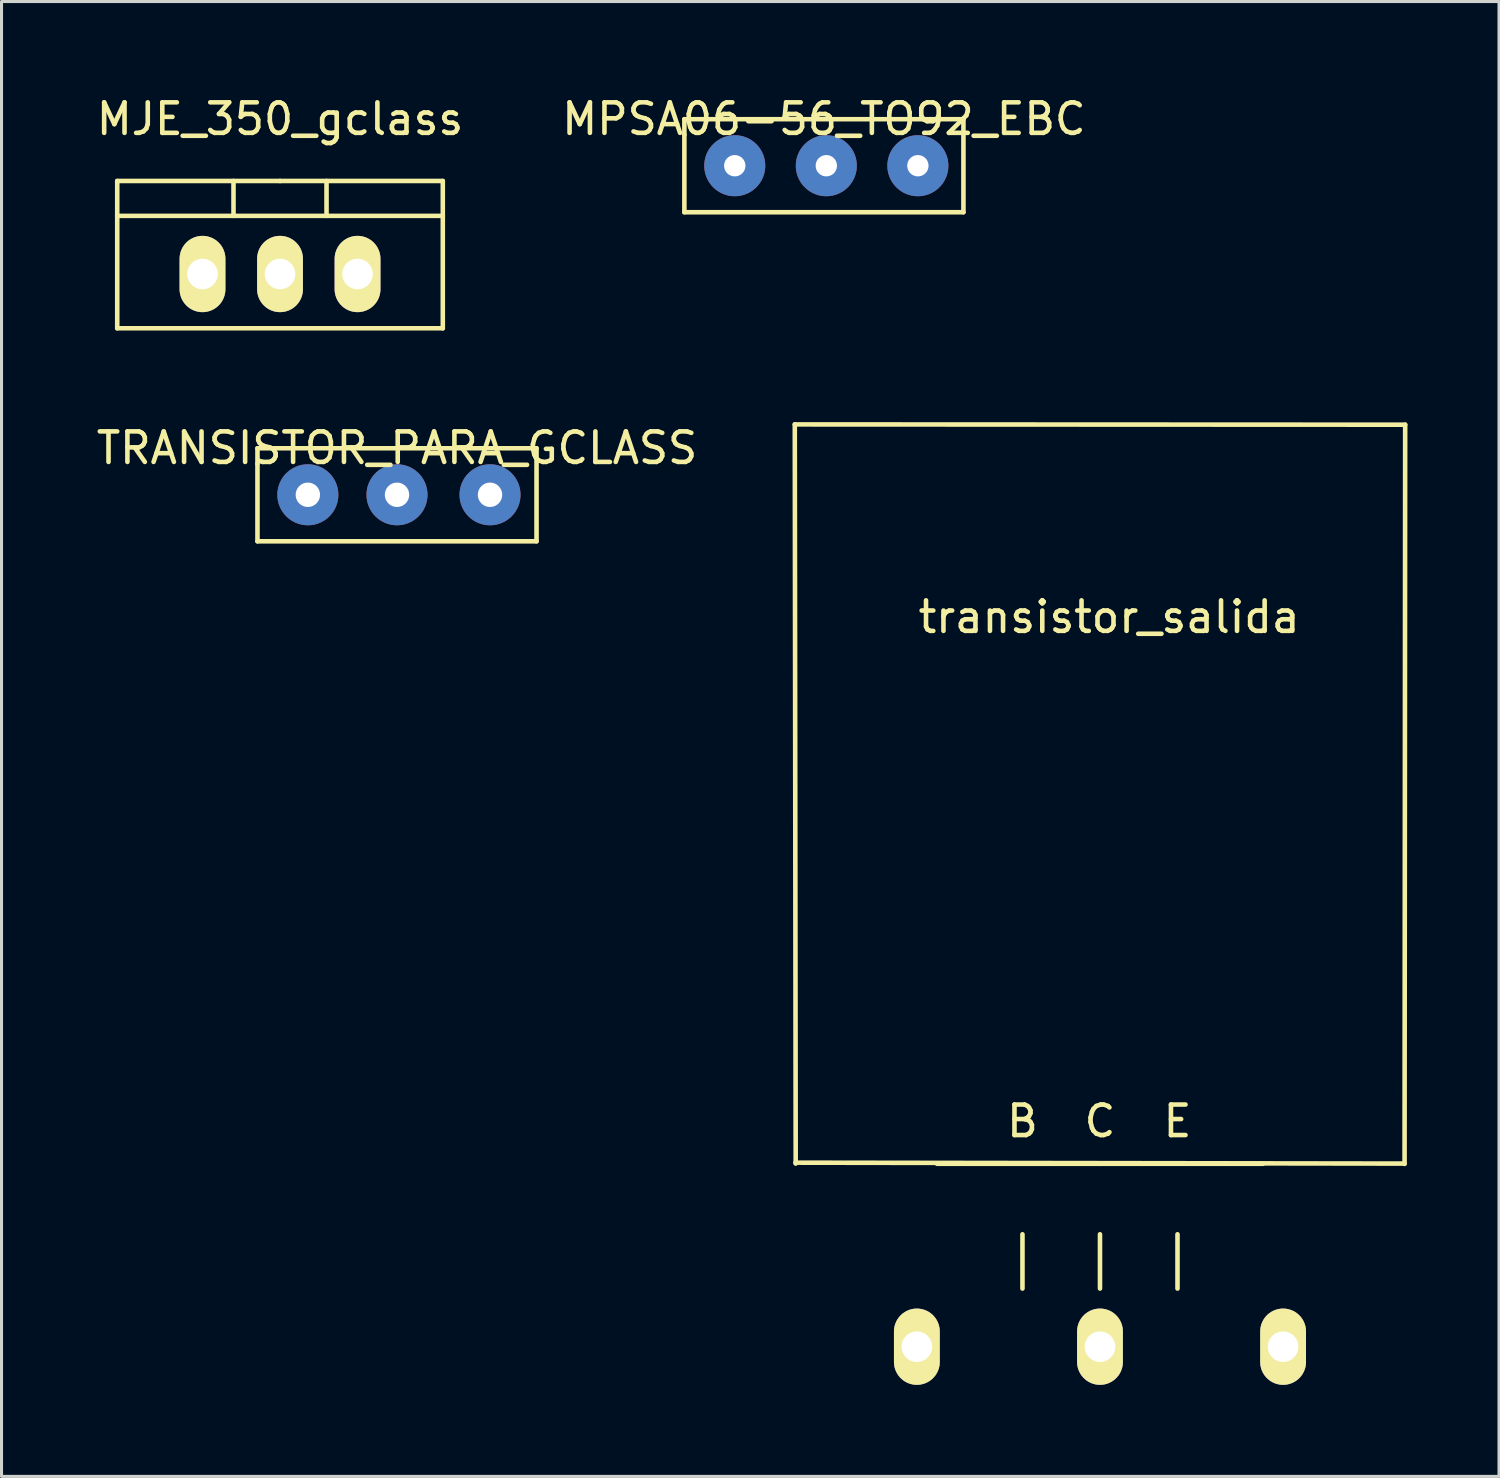
<source format=kicad_pcb>
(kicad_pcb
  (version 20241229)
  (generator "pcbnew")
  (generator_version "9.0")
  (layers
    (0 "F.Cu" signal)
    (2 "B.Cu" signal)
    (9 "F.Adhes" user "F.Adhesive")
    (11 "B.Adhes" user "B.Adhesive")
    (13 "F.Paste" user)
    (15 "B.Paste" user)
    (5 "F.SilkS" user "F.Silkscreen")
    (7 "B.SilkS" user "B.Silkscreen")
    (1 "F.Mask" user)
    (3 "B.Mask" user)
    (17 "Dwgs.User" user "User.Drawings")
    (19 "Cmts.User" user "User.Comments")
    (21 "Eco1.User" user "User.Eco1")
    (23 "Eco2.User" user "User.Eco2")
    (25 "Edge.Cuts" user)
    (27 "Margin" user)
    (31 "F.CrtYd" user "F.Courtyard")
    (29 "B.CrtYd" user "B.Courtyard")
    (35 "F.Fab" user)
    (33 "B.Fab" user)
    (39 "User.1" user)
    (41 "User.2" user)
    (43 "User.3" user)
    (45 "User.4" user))
  (footprint "MPSA06-56_TO92_EBC"
    (layer "F.Cu")
    (at 23.946 0.348)
    (property "Reference" "MPSA06-56_TO92_EBC" (at 0 0.5 0) (layer "F.SilkS") (effects (font (size 1 1) (thickness 0.15))))
    (attr through_hole)
    (fp_line (start -4.572 0.508) (end -4.572 1.016) (stroke (width 0.15) (type solid)) (layer "F.SilkS"))
    (fp_line (start -4.572 1.016) (end -4.572 3.556) (stroke (width 0.15) (type solid)) (layer "F.SilkS"))
    (fp_line (start -4.572 3.556) (end 4.572 3.556) (stroke (width 0.15) (type solid)) (layer "F.SilkS"))
    (fp_line (start 4.572 0.508) (end -4.572 0.508) (stroke (width 0.15) (type solid)) (layer "F.SilkS"))
    (fp_line (start 4.572 3.556) (end 4.572 0.508) (stroke (width 0.15) (type solid)) (layer "F.SilkS"))
    (pad "1" thru_hole circle (at -2.921 2.032) (size 2 2) (drill 0.7) (layers "B.Cu"))
    (pad "2" thru_hole circle (at 0.079 2.032) (size 2 2) (drill 0.7) (layers "B.Cu"))
    (pad "3" thru_hole circle (at 3.079 2.032) (size 2 2) (drill 0.7) (layers "B.Cu")))
  (footprint "TRANSISTOR_PARA_GCLASS"
    (layer "F.Cu")
    (at 9.958 11.13)
    (property "Reference" "TRANSISTOR_PARA_GCLASS" (at 0 0.5 0) (layer "F.SilkS") (effects (font (size 1 1) (thickness 0.15))))
    (attr through_hole)
    (fp_line (start -4.572 0.508) (end -4.572 1.016) (stroke (width 0.15) (type solid)) (layer "F.SilkS"))
    (fp_line (start -4.572 1.016) (end -4.572 3.556) (stroke (width 0.15) (type solid)) (layer "F.SilkS"))
    (fp_line (start -4.572 3.556) (end 4.572 3.556) (stroke (width 0.15) (type solid)) (layer "F.SilkS"))
    (fp_line (start 4.572 0.508) (end -4.572 0.508) (stroke (width 0.15) (type solid)) (layer "F.SilkS"))
    (fp_line (start 4.572 3.556) (end 4.572 0.508) (stroke (width 0.15) (type solid)) (layer "F.SilkS"))
    (pad "1" thru_hole circle (at -2.921 2.032) (size 2 2) (drill 0.8) (layers "B.Cu"))
    (pad "2" thru_hole circle (at 0 2.032) (size 2 2) (drill 0.8) (layers "B.Cu"))
    (pad "3" thru_hole circle (at 3.048 2.032) (size 2 2) (drill 0.8) (layers "B.Cu")))
  (footprint "MJE_350_gclass"
    (layer "F.Cu")
    (at 6.125 5.928)
    (property "Reference" "MJE_350_gclass" (at 0 -5.08 0) (layer "F.SilkS") (effects (font (size 1 1) (thickness 0.15))))
    (attr through_hole)
    (fp_line (start -5.334 -1.905) (end -5.334 -3.048) (stroke (width 0.15) (type solid)) (layer "F.SilkS"))
    (fp_line (start -5.334 1.778) (end -5.334 -1.905) (stroke (width 0.15) (type solid)) (layer "F.SilkS"))
    (fp_line (start -1.524 -3.048) (end -1.524 -1.905) (stroke (width 0.15) (type solid)) (layer "F.SilkS"))
    (fp_line (start 0 -3.048) (end -5.334 -3.048) (stroke (width 0.15) (type solid)) (layer "F.SilkS"))
    (fp_line (start 0 -3.048) (end 5.334 -3.048) (stroke (width 0.15) (type solid)) (layer "F.SilkS"))
    (fp_line (start 1.524 -3.048) (end 1.524 -1.905) (stroke (width 0.15) (type solid)) (layer "F.SilkS"))
    (fp_line (start 5.334 -3.048) (end 5.334 -1.905) (stroke (width 0.15) (type solid)) (layer "F.SilkS"))
    (fp_line (start 5.334 -1.905) (end -5.334 -1.905) (stroke (width 0.15) (type solid)) (layer "F.SilkS"))
    (fp_line (start 5.334 -1.905) (end 5.334 1.778) (stroke (width 0.15) (type solid)) (layer "F.SilkS"))
    (fp_line (start 5.334 1.778) (end -5.334 1.778) (stroke (width 0.15) (type solid)) (layer "F.SilkS"))
    (pad "1" thru_hole oval (at -2.54 0 90) (size 2.499 1.501) (drill 1.001) (layers "*.Mask" "B.Cu" "F.SilkS"))
    (pad "2" thru_hole oval (at 2.54 0 90) (size 2.499 1.501) (drill 1.001) (layers "*.Mask" "B.Cu" "F.SilkS"))
    (pad "3" thru_hole oval (at 0 0 90) (size 2.499 1.501) (drill 1.001) (layers "*.Mask" "B.Cu" "F.SilkS")))
  (footprint "transistor_salida"
    (layer "F.Cu")
    (at 32.992 41.076)
    (property "Reference" "transistor_salida" (at 0.3 -23.91 0) (layer "F.SilkS") (effects (font (size 1 1) (thickness 0.15))))
    (attr through_hole)
    (fp_line (start -10 -30.22) (end -9.97 -6) (stroke (width 0.15) (type solid)) (layer "F.SilkS"))
    (fp_line (start -2.54 -3.683) (end -2.54 -1.905) (stroke (width 0.15) (type solid)) (layer "F.SilkS"))
    (fp_line (start 0 -5.993) (end -5.334 -5.993) (stroke (width 0.15) (type solid)) (layer "F.SilkS"))
    (fp_line (start 0 -5.993) (end 5.334 -5.993) (stroke (width 0.15) (type solid)) (layer "F.SilkS"))
    (fp_line (start 0 -3.683) (end 0 -1.905) (stroke (width 0.15) (type solid)) (layer "F.SilkS"))
    (fp_line (start 2.54 -3.683) (end 2.54 -1.905) (stroke (width 0.15) (type solid)) (layer "F.SilkS"))
    (fp_line (start 9.98 -6) (end -9.98 -6.03) (stroke (width 0.15) (type solid)) (layer "F.SilkS"))
    (fp_line (start 10 -30.21) (end -10 -30.22) (stroke (width 0.15) (type solid)) (layer "F.SilkS"))
    (fp_line (start 10 -30.21) (end 9.98 -5.99) (stroke (width 0.15) (type solid)) (layer "F.SilkS"))
    (fp_text user "E" (at 2.54 -7.39 0) (layer "F.SilkS") (effects (font (size 1 1) (thickness 0.15))))
    (fp_text user "B" (at -2.54 -7.39 0) (layer "F.SilkS") (effects (font (size 1 1) (thickness 0.15))))
    (fp_text user "C" (at 0 -7.39 0) (layer "F.SilkS") (effects (font (size 1 1) (thickness 0.15))))
    (pad "B" thru_hole oval (at -6 0 90) (size 2.499 1.501) (drill 1.001) (layers "*.Cu" "*.Mask" "F.SilkS"))
    (pad "C" thru_hole oval (at 0 0 90) (size 2.499 1.501) (drill 1.001) (layers "*.Cu" "*.Mask" "F.SilkS"))
    (pad "E" thru_hole oval (at 6 0 90) (size 2.499 1.501) (drill 1.001) (layers "*.Cu" "*.Mask" "F.SilkS")))
  (gr_rect
    (start -3 -3)
    (end 46.067 45.326)
    (stroke (width 0.1) (type default))
    (fill no)
    (layer "Edge.Cuts")))
</source>
